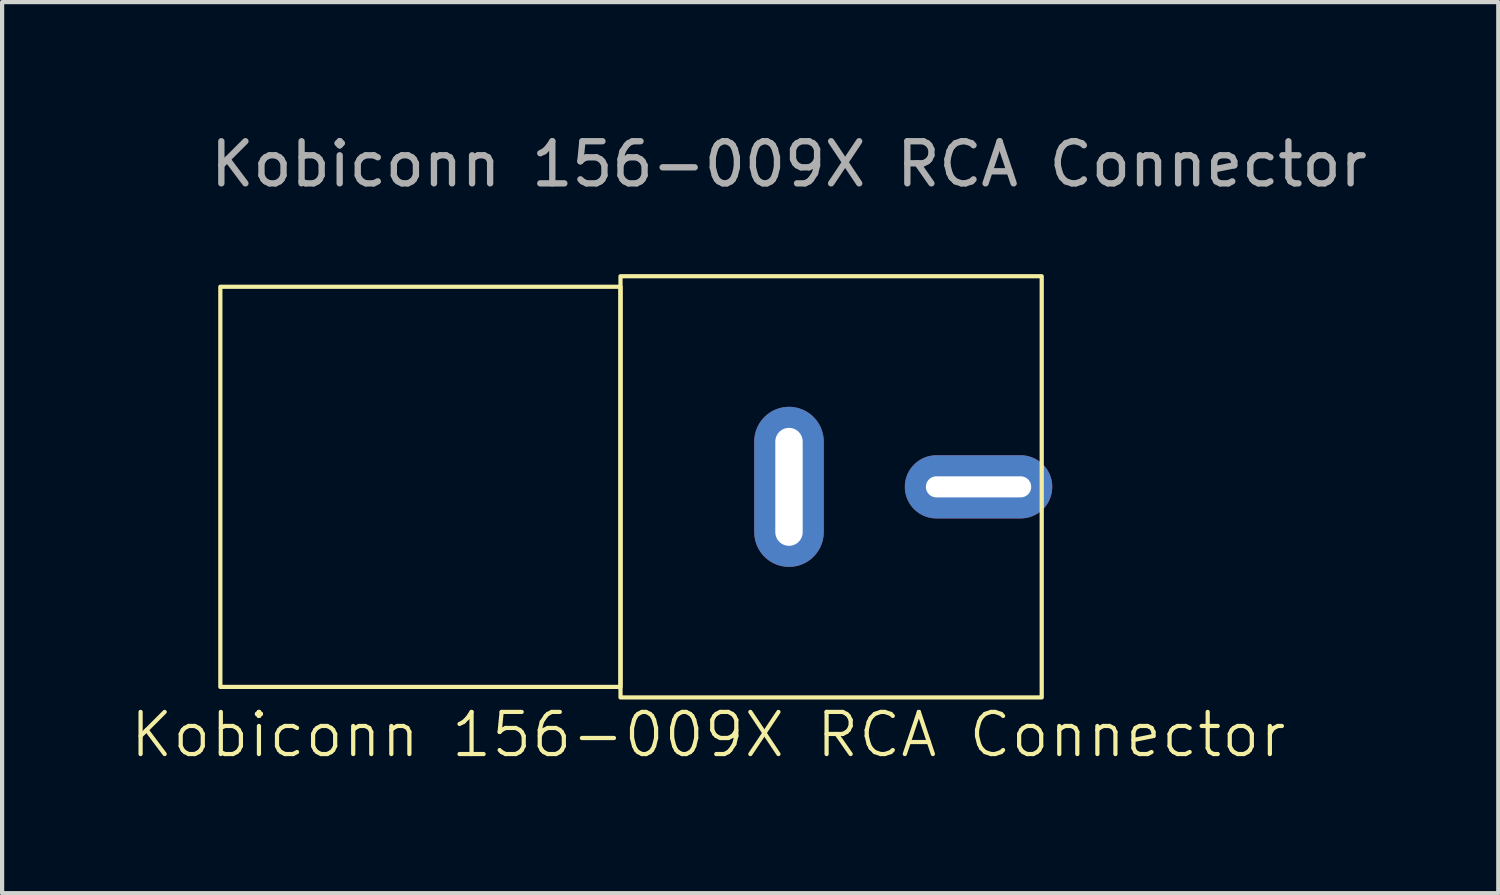
<source format=kicad_pcb>
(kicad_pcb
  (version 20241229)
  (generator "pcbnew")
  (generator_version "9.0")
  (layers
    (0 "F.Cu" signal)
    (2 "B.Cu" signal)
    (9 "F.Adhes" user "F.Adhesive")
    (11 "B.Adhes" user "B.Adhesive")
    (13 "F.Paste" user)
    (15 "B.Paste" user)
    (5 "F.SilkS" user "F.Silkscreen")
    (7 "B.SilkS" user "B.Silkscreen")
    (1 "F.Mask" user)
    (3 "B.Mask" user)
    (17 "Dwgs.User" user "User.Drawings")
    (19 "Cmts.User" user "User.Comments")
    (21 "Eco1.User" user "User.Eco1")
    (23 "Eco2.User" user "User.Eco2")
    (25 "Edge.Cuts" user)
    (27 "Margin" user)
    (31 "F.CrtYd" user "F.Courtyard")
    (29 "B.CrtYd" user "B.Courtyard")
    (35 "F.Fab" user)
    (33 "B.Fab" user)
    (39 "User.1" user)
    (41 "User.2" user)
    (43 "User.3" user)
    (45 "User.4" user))
  (footprint "Kobiconn 156-009X RCA Connector"
    (layer "F.Cu")
    (at 15.681 8.508)
    (property "Reference" "Kobiconn 156-009X RCA Connector" (at -1.917 5.886 0) (unlocked yes) (layer "F.SilkS") (effects (font (size 1 1) (thickness 0.1))))
    (attr through_hole)
    (fp_rect (start -13.5 -4.75) (end -4 4.75) (stroke (width 0.1) (type default)) (fill no) (layer "F.SilkS"))
    (fp_rect (start -4 -5) (end 6 5) (stroke (width 0.1) (type default)) (fill no) (layer "F.SilkS"))
    (fp_text user "${REFERENCE}" (at 0 -7.66 0) (unlocked yes) (layer "F.Fab") (effects (font (size 1 1) (thickness 0.15))))
    (pad "1" thru_hole oval (at 0 0) (size 1.65 3.8) (drill oval 0.65 2.8) (layers "*.Cu" "*.Mask"))
    (pad "2" thru_hole oval (at 4.5 0) (size 3.5 1.5) (drill oval 2.5 0.5) (layers "*.Cu" "*.Mask")))
  (gr_rect
    (start -3 -3)
    (end 32.52 18.155)
    (stroke (width 0.1) (type default))
    (fill no)
    (layer "Edge.Cuts")))
</source>
